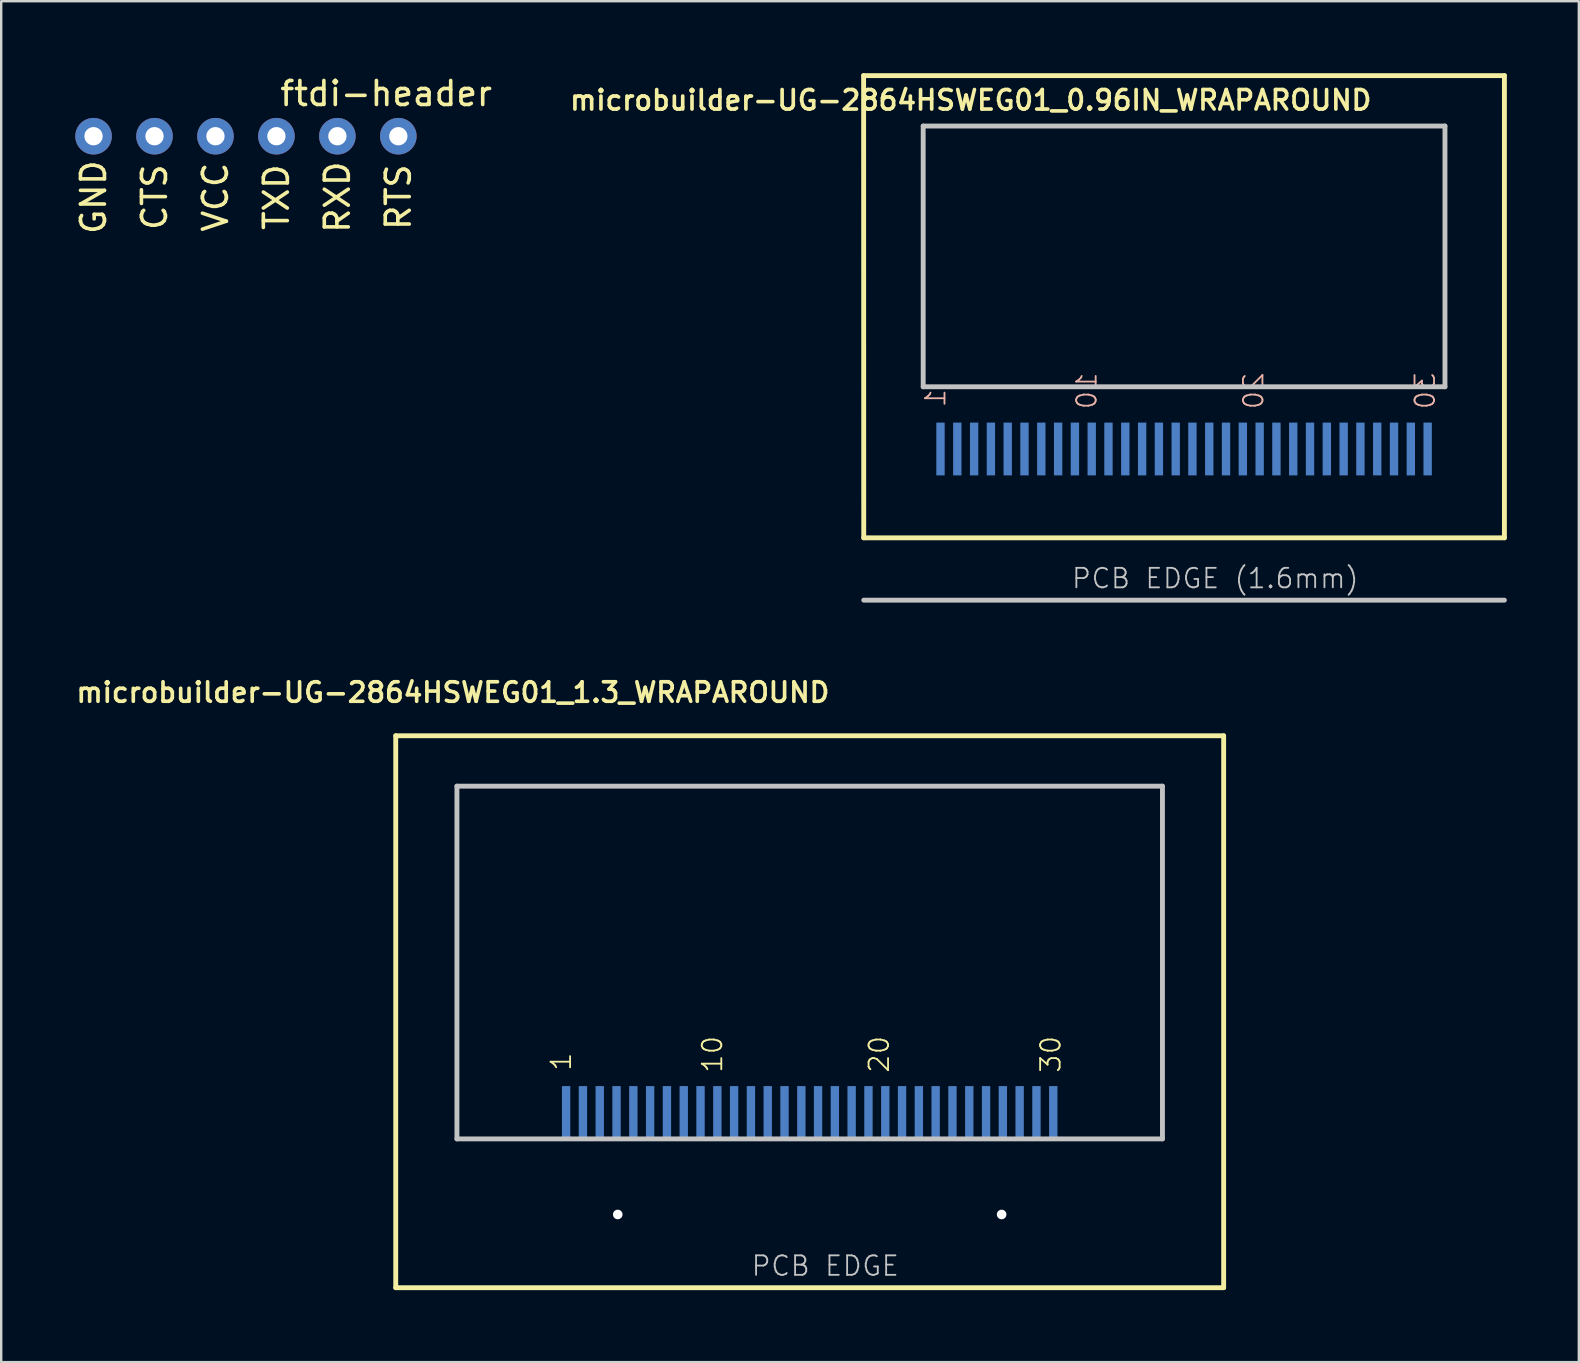
<source format=kicad_pcb>
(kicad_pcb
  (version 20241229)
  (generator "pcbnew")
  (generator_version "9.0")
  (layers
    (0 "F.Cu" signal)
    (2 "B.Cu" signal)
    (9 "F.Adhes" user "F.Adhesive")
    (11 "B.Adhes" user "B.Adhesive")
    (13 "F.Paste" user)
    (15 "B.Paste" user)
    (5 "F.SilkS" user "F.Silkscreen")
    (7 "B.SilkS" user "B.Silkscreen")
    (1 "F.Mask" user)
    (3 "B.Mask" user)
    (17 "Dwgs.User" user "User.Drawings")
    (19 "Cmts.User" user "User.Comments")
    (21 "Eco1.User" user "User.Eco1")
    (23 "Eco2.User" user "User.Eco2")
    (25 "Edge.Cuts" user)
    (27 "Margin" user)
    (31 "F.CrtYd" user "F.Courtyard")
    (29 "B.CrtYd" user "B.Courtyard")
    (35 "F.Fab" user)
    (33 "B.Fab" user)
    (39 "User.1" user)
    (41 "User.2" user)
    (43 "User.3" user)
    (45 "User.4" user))
  (footprint "microbuilder-UG-2864HSWEG01_0.96IN_WRAPAROUND"
    (layer "F.Cu")
    (at 46.289 14.46)
    (property "Reference" "microbuilder-UG-2864HSWEG01_0.96IN_WRAPAROUND" (at -8.89 -13.335 0) (layer "F.SilkS") (effects (font (size 0.813 0.813) (thickness 0.152))))
    (attr smd)
    (fp_line (start -13.353 -14.359) (end 13.348 -14.359) (stroke (width 0.203) (type solid)) (layer "F.SilkS"))
    (fp_line (start -13.348 4.9) (end -13.353 -14.359) (stroke (width 0.203) (type solid)) (layer "F.SilkS"))
    (fp_line (start 13.348 -14.359) (end 13.348 4.9) (stroke (width 0.203) (type solid)) (layer "F.SilkS"))
    (fp_line (start 13.348 4.9) (end -13.348 4.9) (stroke (width 0.203) (type solid)) (layer "F.SilkS"))
    (fp_line (start -10.871 -12.258) (end 10.871 -12.258) (stroke (width 0.203) (type solid)) (layer "Dwgs.User"))
    (fp_line (start -10.871 -1.394) (end -10.871 -12.258) (stroke (width 0.203) (type solid)) (layer "Dwgs.User"))
    (fp_line (start 10.871 -12.258) (end 10.871 -1.394) (stroke (width 0.203) (type solid)) (layer "Dwgs.User"))
    (fp_line (start 10.871 -1.394) (end -10.871 -1.394) (stroke (width 0.203) (type solid)) (layer "Dwgs.User"))
    (fp_line (start 13.348 7.498) (end -13.348 7.498) (stroke (width 0.203) (type solid)) (layer "Dwgs.User"))
    (fp_text user "1" (at -10.356 -0.917 90) (layer "B.SilkS") (effects (font (size 0.813 0.813) (thickness 0.076)) (justify mirror)))
    (fp_text user "30" (at 10.043 -1.224 90) (layer "B.SilkS") (effects (font (size 0.813 0.813) (thickness 0.076)) (justify mirror)))
    (fp_text user "10" (at -4.056 -1.224 90) (layer "B.SilkS") (effects (font (size 0.813 0.813) (thickness 0.076)) (justify mirror)))
    (fp_text user "20" (at 2.893 -1.224 90) (layer "B.SilkS") (effects (font (size 0.813 0.813) (thickness 0.076)) (justify mirror)))
    (fp_text user "PCB EDGE (1.6mm)" (at 1.3 6.591 0) (layer "Dwgs.User") (effects (font (size 0.813 0.813) (thickness 0.076))))
    (pad "1" smd rect (at -10.15 1.199 90) (size 2.2 0.348) (layers "B.Cu" "B.Mask"))
    (pad "2" smd rect (at -9.449 1.199 90) (size 2.2 0.348) (layers "B.Cu" "B.Mask"))
    (pad "3" smd rect (at -8.748 1.199 90) (size 2.2 0.348) (layers "B.Cu" "B.Mask"))
    (pad "4" smd rect (at -8.049 1.199 90) (size 2.2 0.348) (layers "B.Cu" "B.Mask"))
    (pad "5" smd rect (at -7.348 1.199 90) (size 2.2 0.348) (layers "B.Cu" "B.Mask"))
    (pad "6" smd rect (at -6.65 1.199 90) (size 2.2 0.348) (layers "B.Cu" "B.Mask"))
    (pad "7" smd rect (at -5.949 1.199 90) (size 2.2 0.348) (layers "B.Cu" "B.Mask"))
    (pad "8" smd rect (at -5.248 1.199 90) (size 2.2 0.348) (layers "B.Cu" "B.Mask"))
    (pad "9" smd rect (at -4.549 1.199 90) (size 2.2 0.348) (layers "B.Cu" "B.Mask"))
    (pad "10" smd rect (at -3.848 1.199 90) (size 2.2 0.348) (layers "B.Cu" "B.Mask"))
    (pad "11" smd rect (at -3.15 1.199 90) (size 2.2 0.348) (layers "B.Cu" "B.Mask"))
    (pad "12" smd rect (at -2.449 1.199 90) (size 2.2 0.348) (layers "B.Cu" "B.Mask"))
    (pad "13" smd rect (at -1.748 1.199 90) (size 2.2 0.348) (layers "B.Cu" "B.Mask"))
    (pad "14" smd rect (at -1.049 1.199 90) (size 2.2 0.348) (layers "B.Cu" "B.Mask"))
    (pad "15" smd rect (at -0.348 1.199 90) (size 2.2 0.348) (layers "B.Cu" "B.Mask"))
    (pad "16" smd rect (at 0.348 1.199 90) (size 2.2 0.348) (layers "B.Cu" "B.Mask"))
    (pad "17" smd rect (at 1.049 1.199 90) (size 2.2 0.348) (layers "B.Cu" "B.Mask"))
    (pad "18" smd rect (at 1.748 1.199 90) (size 2.2 0.348) (layers "B.Cu" "B.Mask"))
    (pad "19" smd rect (at 2.449 1.199 90) (size 2.2 0.348) (layers "B.Cu" "B.Mask"))
    (pad "20" smd rect (at 3.15 1.199 90) (size 2.2 0.348) (layers "B.Cu" "B.Mask"))
    (pad "21" smd rect (at 3.848 1.199 90) (size 2.2 0.348) (layers "B.Cu" "B.Mask"))
    (pad "22" smd rect (at 4.549 1.199 90) (size 2.2 0.348) (layers "B.Cu" "B.Mask"))
    (pad "23" smd rect (at 5.248 1.199 90) (size 2.2 0.348) (layers "B.Cu" "B.Mask"))
    (pad "24" smd rect (at 5.949 1.199 90) (size 2.2 0.348) (layers "B.Cu" "B.Mask"))
    (pad "25" smd rect (at 6.65 1.199 90) (size 2.2 0.348) (layers "B.Cu" "B.Mask"))
    (pad "26" smd rect (at 7.348 1.199 90) (size 2.2 0.348) (layers "B.Cu" "B.Mask"))
    (pad "27" smd rect (at 8.049 1.199 90) (size 2.2 0.348) (layers "B.Cu" "B.Mask"))
    (pad "28" smd rect (at 8.748 1.199 90) (size 2.2 0.348) (layers "B.Cu" "B.Mask"))
    (pad "29" smd rect (at 9.449 1.199 90) (size 2.2 0.348) (layers "B.Cu" "B.Mask"))
    (pad "30" smd rect (at 10.15 1.199 90) (size 2.2 0.348) (layers "B.Cu" "B.Mask")))
  (footprint "ftdi-header"
    (layer "F.Cu")
    (at 7.198 2.626)
    (property "Reference" "ftdi-header" (at 5.842 -1.778 0) (layer "F.SilkS") (effects (font (size 1 1) (thickness 0.15))))
    (attr through_hole)
    (fp_text user "RTS" (at 6.35 2.54 90) (layer "F.SilkS") (effects (font (size 1 1) (thickness 0.15))))
    (fp_text user "GND" (at -6.35 2.54 90) (layer "F.SilkS") (effects (font (size 1 1) (thickness 0.15))))
    (fp_text user "VCC" (at -1.27 2.54 90) (layer "F.SilkS") (effects (font (size 1 1) (thickness 0.15))))
    (fp_text user "RXD" (at 3.81 2.54 90) (layer "F.SilkS") (effects (font (size 1 1) (thickness 0.15))))
    (fp_text user "CTS" (at -3.81 2.54 90) (layer "F.SilkS") (effects (font (size 1 1) (thickness 0.15))))
    (fp_text user "TXD" (at 1.27 2.54 90) (layer "F.SilkS") (effects (font (size 1 1) (thickness 0.15))))
    (pad "1" thru_hole circle (at -6.35 0) (size 1.524 1.524) (drill 0.762) (layers "*.Cu" "*.Mask"))
    (pad "2" thru_hole circle (at -3.81 0) (size 1.524 1.524) (drill 0.762) (layers "*.Cu" "*.Mask"))
    (pad "3" thru_hole circle (at -1.27 0) (size 1.524 1.524) (drill 0.762) (layers "*.Cu" "*.Mask"))
    (pad "4" thru_hole circle (at 1.27 0 90) (size 1.524 1.524) (drill 0.762) (layers "*.Cu" "*.Mask"))
    (pad "5" thru_hole circle (at 3.81 0) (size 1.524 1.524) (drill 0.762) (layers "*.Cu" "*.Mask"))
    (pad "6" thru_hole circle (at 6.35 0) (size 1.524 1.524) (drill 0.762) (layers "*.Cu" "*.Mask")))
  (footprint "microbuilder-UG-2864HSWEG01_1.3_WRAPAROUND"
    (layer "F.Cu")
    (at 30.689 43.108)
    (property "Reference" "microbuilder-UG-2864HSWEG01_1.3_WRAPAROUND" (at -14.867 -17.305 0) (layer "F.SilkS") (effects (font (size 0.813 0.813) (thickness 0.152))))
    (attr smd)
    (fp_line (start -17.249 -15.499) (end 17.249 -15.499) (stroke (width 0.203) (type solid)) (layer "F.SilkS"))
    (fp_line (start -17.249 7.498) (end -17.249 -15.499) (stroke (width 0.203) (type solid)) (layer "F.SilkS"))
    (fp_line (start 17.249 -15.499) (end 17.249 7.498) (stroke (width 0.203) (type solid)) (layer "F.SilkS"))
    (fp_line (start 17.249 7.498) (end -17.249 7.498) (stroke (width 0.203) (type solid)) (layer "F.SilkS"))
    (fp_line (start -14.699 -13.399) (end 14.699 -13.399) (stroke (width 0.203) (type solid)) (layer "Dwgs.User"))
    (fp_line (start -14.699 1.298) (end -14.699 -13.399) (stroke (width 0.203) (type solid)) (layer "Dwgs.User"))
    (fp_line (start 14.699 -13.399) (end 14.699 1.298) (stroke (width 0.203) (type solid)) (layer "Dwgs.User"))
    (fp_line (start 14.699 1.298) (end -14.699 1.298) (stroke (width 0.203) (type solid)) (layer "Dwgs.User"))
    (fp_text user "30" (at 10.043 -2.223 90) (layer "F.SilkS") (effects (font (size 0.813 0.813) (thickness 0.076))))
    (fp_text user "10" (at -4.056 -2.223 90) (layer "F.SilkS") (effects (font (size 0.813 0.813) (thickness 0.076))))
    (fp_text user "1" (at -10.356 -1.918 90) (layer "F.SilkS") (effects (font (size 0.813 0.813) (thickness 0.076))))
    (fp_text user "20" (at 2.893 -2.223 90) (layer "F.SilkS") (effects (font (size 0.813 0.813) (thickness 0.076))))
    (fp_text user "PCB EDGE" (at 0.65 6.591 0) (layer "Dwgs.User") (effects (font (size 0.813 0.813) (thickness 0.076))))
    (pad "" np_thru_hole circle (at -7.998 4.448) (size 0.399 0.399) (drill 0.399) (layers "*.Cu" "*.Mask"))
    (pad "" np_thru_hole circle (at 7.998 4.448) (size 0.399 0.399) (drill 0.399) (layers "*.Cu" "*.Mask"))
    (pad "1" smd rect (at -10.15 0.198 90) (size 2.2 0.348) (layers "B.Cu" "B.Mask"))
    (pad "2" smd rect (at -9.449 0.198 90) (size 2.2 0.348) (layers "B.Cu" "B.Mask"))
    (pad "3" smd rect (at -8.748 0.198 90) (size 2.2 0.348) (layers "B.Cu" "B.Mask"))
    (pad "4" smd rect (at -8.049 0.198 90) (size 2.2 0.348) (layers "B.Cu" "B.Mask"))
    (pad "5" smd rect (at -7.348 0.198 90) (size 2.2 0.348) (layers "B.Cu" "B.Mask"))
    (pad "6" smd rect (at -6.65 0.198 90) (size 2.2 0.348) (layers "B.Cu" "B.Mask"))
    (pad "7" smd rect (at -5.949 0.198 90) (size 2.2 0.348) (layers "B.Cu" "B.Mask"))
    (pad "8" smd rect (at -5.248 0.198 90) (size 2.2 0.348) (layers "B.Cu" "B.Mask"))
    (pad "9" smd rect (at -4.549 0.198 90) (size 2.2 0.348) (layers "B.Cu" "B.Mask"))
    (pad "10" smd rect (at -3.848 0.198 90) (size 2.2 0.348) (layers "B.Cu" "B.Mask"))
    (pad "11" smd rect (at -3.15 0.198 90) (size 2.2 0.348) (layers "B.Cu" "B.Mask"))
    (pad "12" smd rect (at -2.449 0.198 90) (size 2.2 0.348) (layers "B.Cu" "B.Mask"))
    (pad "13" smd rect (at -1.748 0.198 90) (size 2.2 0.348) (layers "B.Cu" "B.Mask"))
    (pad "14" smd rect (at -1.049 0.198 90) (size 2.2 0.348) (layers "B.Cu" "B.Mask"))
    (pad "15" smd rect (at -0.348 0.198 90) (size 2.2 0.348) (layers "B.Cu" "B.Mask"))
    (pad "16" smd rect (at 0.348 0.198 90) (size 2.2 0.348) (layers "B.Cu" "B.Mask"))
    (pad "17" smd rect (at 1.049 0.198 90) (size 2.2 0.348) (layers "B.Cu" "B.Mask"))
    (pad "18" smd rect (at 1.748 0.198 90) (size 2.2 0.348) (layers "B.Cu" "B.Mask"))
    (pad "19" smd rect (at 2.449 0.198 90) (size 2.2 0.348) (layers "B.Cu" "B.Mask"))
    (pad "20" smd rect (at 3.15 0.198 90) (size 2.2 0.348) (layers "B.Cu" "B.Mask"))
    (pad "21" smd rect (at 3.848 0.198 90) (size 2.2 0.348) (layers "B.Cu" "B.Mask"))
    (pad "22" smd rect (at 4.549 0.198 90) (size 2.2 0.348) (layers "B.Cu" "B.Mask"))
    (pad "23" smd rect (at 5.248 0.198 90) (size 2.2 0.348) (layers "B.Cu" "B.Mask"))
    (pad "24" smd rect (at 5.949 0.198 90) (size 2.2 0.348) (layers "B.Cu" "B.Mask"))
    (pad "25" smd rect (at 6.65 0.198 90) (size 2.2 0.348) (layers "B.Cu" "B.Mask"))
    (pad "26" smd rect (at 7.348 0.198 90) (size 2.2 0.348) (layers "B.Cu" "B.Mask"))
    (pad "27" smd rect (at 8.049 0.198 90) (size 2.2 0.348) (layers "B.Cu" "B.Mask"))
    (pad "28" smd rect (at 8.748 0.198 90) (size 2.2 0.348) (layers "B.Cu" "B.Mask"))
    (pad "29" smd rect (at 9.449 0.198 90) (size 2.2 0.348) (layers "B.Cu" "B.Mask"))
    (pad "30" smd rect (at 10.15 0.198 90) (size 2.2 0.348) (layers "B.Cu" "B.Mask")))
  (gr_rect
    (start -3 -3)
    (end 62.738 53.708)
    (stroke (width 0.1) (type default))
    (fill no)
    (layer "Edge.Cuts")))
</source>
